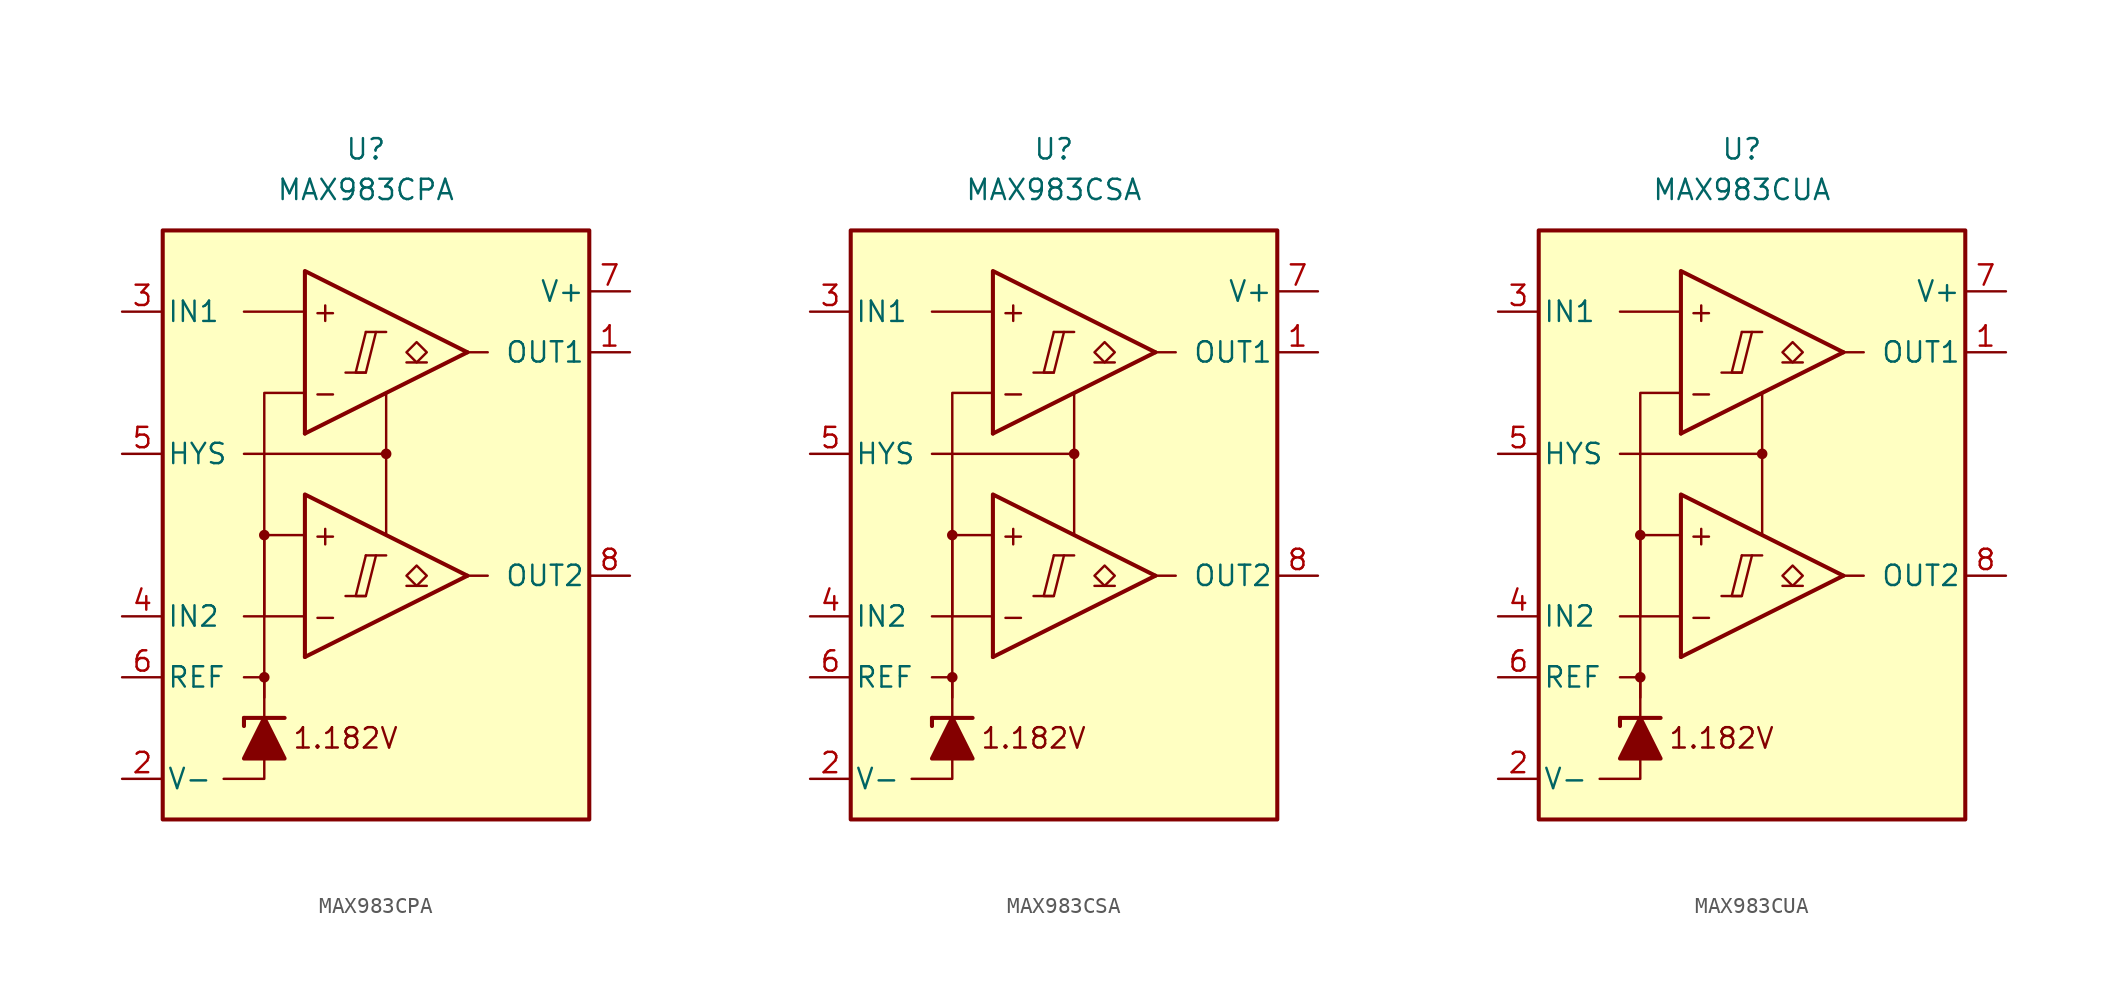
<source format=kicad_sym>
(kicad_symbol_lib
  (version 20231120)
  (generator "kicad_symbol_editor")
  (generator_version "8.0")
  (symbol "MAX983CPA"
    (pin_names
      (offset 0.254))
    (property "Reference" "U"
      (at -1.27 22.86 0)
      (effects (font (size 1.27 1.27))))
    (property "Value" "MAX983CPA"
      (at -1.27 20.32 0)
      (effects (font (size 1.27 1.27))))
    (symbol "MAX983CPA_0_0"
      (rectangle (start -13.97 17.78) (end 12.7 -19.05) (stroke (width 0.254) (type default)) (fill (type background)))
      (circle (center -7.62 -10.16) (radius 0.254) (stroke (width 0.152) (type default)) (fill (type outline)))
      (circle (center -7.62 -1.27) (radius 0.254) (stroke (width 0.152) (type default)) (fill (type outline)))
      (polyline (pts (xy -2.54 -5.08) (xy -1.27 -5.08)) (stroke (width 0.152) (type default)) (fill (type none)))
      (polyline (pts (xy -2.54 8.89) (xy -1.27 8.89)) (stroke (width 0.152) (type default)) (fill (type none)))
      (polyline (pts (xy -1.27 -2.54) (xy 0 -2.54)) (stroke (width 0.152) (type default)) (fill (type none)))
      (polyline (pts (xy -1.27 11.43) (xy 0 11.43)) (stroke (width 0.152) (type default)) (fill (type none)))
      (polyline (pts (xy 5.08 -3.81) (xy -5.08 -8.89)) (stroke (width 0.254) (type default)) (fill (type none)))
      (polyline (pts (xy 5.08 10.16) (xy -5.08 5.08)) (stroke (width 0.254) (type default)) (fill (type none)))
      (polyline (pts (xy 5.08 -3.81) (xy -5.08 1.27) (xy -5.08 -8.89)) (stroke (width 0.254) (type default)) (fill (type background)))
      (polyline (pts (xy 5.08 10.16) (xy -5.08 15.24) (xy -5.08 5.08)) (stroke (width 0.254) (type default)) (fill (type background)))
      (polyline (pts (xy -1.27 -2.54) (xy -1.905 -5.08) (xy -1.27 -5.08) (xy -0.635 -2.54)) (stroke (width 0.152) (type default)) (fill (type none)))
      (polyline (pts (xy -1.27 11.43) (xy -1.905 8.89) (xy -1.27 8.89) (xy -0.635 11.43)) (stroke (width 0.152) (type default)) (fill (type none)))
      (circle (center 0 3.81) (radius 0.254) (stroke (width 0.152) (type default)) (fill (type outline)))
      (text "+" (at -3.81 -1.27 0) (effects (font (size 1.27 1.27))))
      (text "+" (at -3.81 12.7 0) (effects (font (size 1.27 1.27))))
      (text "-" (at -3.81 -6.35 0) (effects (font (size 1.27 1.27))))
      (text "-" (at -3.81 7.62 0) (effects (font (size 1.27 1.27))))
      (text "1.182V" (at -2.54 -13.97 0) (effects (font (size 1.27 1.27)))))
    (symbol "MAX983CPA_0_1"
      (polyline (pts (xy -8.89 -12.7) (xy -8.89 -13.208)) (stroke (width 0.254) (type default)) (fill (type none)))
      (polyline (pts (xy -8.89 -12.7) (xy -6.35 -12.7)) (stroke (width 0.254) (type default)) (fill (type none)))
      (polyline (pts (xy -5.08 -6.35) (xy -8.89 -6.35)) (stroke (width 0) (type default)) (fill (type none)))
      (polyline (pts (xy -5.08 12.7) (xy -8.89 12.7)) (stroke (width 0) (type default)) (fill (type none)))
      (polyline (pts (xy 0 3.81) (xy 0 -1.27)) (stroke (width 0) (type default)) (fill (type none)))
      (polyline (pts (xy 5.08 -3.81) (xy 6.35 -3.81)) (stroke (width 0) (type default)) (fill (type none)))
      (polyline (pts (xy 5.08 10.16) (xy 6.35 10.16)) (stroke (width 0) (type default)) (fill (type none)))
      (polyline (pts (xy -7.62 -15.24) (xy -7.62 -16.51) (xy -10.16 -16.51)) (stroke (width 0) (type default)) (fill (type none)))
      (polyline (pts (xy -7.62 -12.7) (xy -7.62 -10.16) (xy -8.89 -10.16)) (stroke (width 0) (type default)) (fill (type none)))
      (polyline (pts (xy -7.62 -11.43) (xy -7.62 -1.27) (xy -5.08 -1.27)) (stroke (width 0) (type default)) (fill (type none)))
      (polyline (pts (xy -7.62 -6.35) (xy -7.62 7.62) (xy -5.08 7.62)) (stroke (width 0) (type default)) (fill (type none)))
      (polyline (pts (xy 0 7.62) (xy 0 3.81) (xy -8.89 3.81)) (stroke (width 0) (type default)) (fill (type none)))
      (polyline (pts (xy -6.35 -15.24) (xy -8.89 -15.24) (xy -7.62 -12.7) (xy -6.35 -15.24)) (stroke (width 0.254) (type default)) (fill (type outline))))
    (symbol "MAX983CPA_1_1"
      (polyline (pts (xy 2.54 -4.445) (xy 1.27 -4.445)) (stroke (width 0.152) (type default)) (fill (type none)))
      (polyline (pts (xy 2.54 9.525) (xy 1.27 9.525)) (stroke (width 0.152) (type default)) (fill (type none)))
      (polyline (pts (xy 1.905 -4.445) (xy 1.27 -3.81) (xy 1.905 -3.175) (xy 2.54 -3.81) (xy 1.905 -4.445)) (stroke (width 0.152) (type default)) (fill (type none)))
      (polyline (pts (xy 1.905 9.525) (xy 1.27 10.16) (xy 1.905 10.795) (xy 2.54 10.16) (xy 1.905 9.525)) (stroke (width 0.152) (type default)) (fill (type none)))
      (pin output line (at 15.24 10.16 180) (length 2.54) (name "OUT1" (effects (font (size 1.27 1.27)))) (number "1" (effects (font (size 1.27 1.27)))))
      (pin power_in line (at -16.51 -16.51 0) (length 2.54) (name "V-" (effects (font (size 1.27 1.27)))) (number "2" (effects (font (size 1.27 1.27)))))
      (pin input line (at -16.51 12.7 0) (length 2.54) (name "IN1" (effects (font (size 1.27 1.27)))) (number "3" (effects (font (size 1.27 1.27)))))
      (pin input line (at -16.51 -6.35 0) (length 2.54) (name "IN2" (effects (font (size 1.27 1.27)))) (number "4" (effects (font (size 1.27 1.27)))))
      (pin input line (at -16.51 3.81 0) (length 2.54) (name "HYS" (effects (font (size 1.27 1.27)))) (number "5" (effects (font (size 1.27 1.27)))))
      (pin output line (at -16.51 -10.16 0) (length 2.54) (name "REF" (effects (font (size 1.27 1.27)))) (number "6" (effects (font (size 1.27 1.27)))))
      (pin power_in line (at 15.24 13.97 180) (length 2.54) (name "V+" (effects (font (size 1.27 1.27)))) (number "7" (effects (font (size 1.27 1.27)))))
      (pin output line (at 15.24 -3.81 180) (length 2.54) (name "OUT2" (effects (font (size 1.27 1.27)))) (number "8" (effects (font (size 1.27 1.27)))))))
  (symbol "MAX983CSA"
    (pin_names
      (offset 0.254))
    (property "Reference" "U"
      (at -1.27 22.86 0)
      (effects (font (size 1.27 1.27))))
    (property "Value" "MAX983CSA"
      (at -1.27 20.32 0)
      (effects (font (size 1.27 1.27))))
    (symbol "MAX983CSA_0_0"
      (rectangle (start -13.97 17.78) (end 12.7 -19.05) (stroke (width 0.254) (type default)) (fill (type background)))
      (circle (center -7.62 -10.16) (radius 0.254) (stroke (width 0.152) (type default)) (fill (type outline)))
      (circle (center -7.62 -1.27) (radius 0.254) (stroke (width 0.152) (type default)) (fill (type outline)))
      (polyline (pts (xy -2.54 -5.08) (xy -1.27 -5.08)) (stroke (width 0.152) (type default)) (fill (type none)))
      (polyline (pts (xy -2.54 8.89) (xy -1.27 8.89)) (stroke (width 0.152) (type default)) (fill (type none)))
      (polyline (pts (xy -1.27 -2.54) (xy 0 -2.54)) (stroke (width 0.152) (type default)) (fill (type none)))
      (polyline (pts (xy -1.27 11.43) (xy 0 11.43)) (stroke (width 0.152) (type default)) (fill (type none)))
      (polyline (pts (xy 5.08 -3.81) (xy -5.08 -8.89)) (stroke (width 0.254) (type default)) (fill (type none)))
      (polyline (pts (xy 5.08 10.16) (xy -5.08 5.08)) (stroke (width 0.254) (type default)) (fill (type none)))
      (polyline (pts (xy 5.08 -3.81) (xy -5.08 1.27) (xy -5.08 -8.89)) (stroke (width 0.254) (type default)) (fill (type background)))
      (polyline (pts (xy 5.08 10.16) (xy -5.08 15.24) (xy -5.08 5.08)) (stroke (width 0.254) (type default)) (fill (type background)))
      (polyline (pts (xy -1.27 -2.54) (xy -1.905 -5.08) (xy -1.27 -5.08) (xy -0.635 -2.54)) (stroke (width 0.152) (type default)) (fill (type none)))
      (polyline (pts (xy -1.27 11.43) (xy -1.905 8.89) (xy -1.27 8.89) (xy -0.635 11.43)) (stroke (width 0.152) (type default)) (fill (type none)))
      (circle (center 0 3.81) (radius 0.254) (stroke (width 0.152) (type default)) (fill (type outline)))
      (text "+" (at -3.81 -1.27 0) (effects (font (size 1.27 1.27))))
      (text "+" (at -3.81 12.7 0) (effects (font (size 1.27 1.27))))
      (text "-" (at -3.81 -6.35 0) (effects (font (size 1.27 1.27))))
      (text "-" (at -3.81 7.62 0) (effects (font (size 1.27 1.27))))
      (text "1.182V" (at -2.54 -13.97 0) (effects (font (size 1.27 1.27)))))
    (symbol "MAX983CSA_0_1"
      (polyline (pts (xy -8.89 -12.7) (xy -8.89 -13.208)) (stroke (width 0.254) (type default)) (fill (type none)))
      (polyline (pts (xy -8.89 -12.7) (xy -6.35 -12.7)) (stroke (width 0.254) (type default)) (fill (type none)))
      (polyline (pts (xy -5.08 -6.35) (xy -8.89 -6.35)) (stroke (width 0) (type default)) (fill (type none)))
      (polyline (pts (xy -5.08 12.7) (xy -8.89 12.7)) (stroke (width 0) (type default)) (fill (type none)))
      (polyline (pts (xy 0 3.81) (xy 0 -1.27)) (stroke (width 0) (type default)) (fill (type none)))
      (polyline (pts (xy 5.08 -3.81) (xy 6.35 -3.81)) (stroke (width 0) (type default)) (fill (type none)))
      (polyline (pts (xy 5.08 10.16) (xy 6.35 10.16)) (stroke (width 0) (type default)) (fill (type none)))
      (polyline (pts (xy -7.62 -15.24) (xy -7.62 -16.51) (xy -10.16 -16.51)) (stroke (width 0) (type default)) (fill (type none)))
      (polyline (pts (xy -7.62 -12.7) (xy -7.62 -10.16) (xy -8.89 -10.16)) (stroke (width 0) (type default)) (fill (type none)))
      (polyline (pts (xy -7.62 -11.43) (xy -7.62 -1.27) (xy -5.08 -1.27)) (stroke (width 0) (type default)) (fill (type none)))
      (polyline (pts (xy -7.62 -6.35) (xy -7.62 7.62) (xy -5.08 7.62)) (stroke (width 0) (type default)) (fill (type none)))
      (polyline (pts (xy 0 7.62) (xy 0 3.81) (xy -8.89 3.81)) (stroke (width 0) (type default)) (fill (type none)))
      (polyline (pts (xy -6.35 -15.24) (xy -8.89 -15.24) (xy -7.62 -12.7) (xy -6.35 -15.24)) (stroke (width 0.254) (type default)) (fill (type outline))))
    (symbol "MAX983CSA_1_1"
      (polyline (pts (xy 2.54 -4.445) (xy 1.27 -4.445)) (stroke (width 0.152) (type default)) (fill (type none)))
      (polyline (pts (xy 2.54 9.525) (xy 1.27 9.525)) (stroke (width 0.152) (type default)) (fill (type none)))
      (polyline (pts (xy 1.905 -4.445) (xy 1.27 -3.81) (xy 1.905 -3.175) (xy 2.54 -3.81) (xy 1.905 -4.445)) (stroke (width 0.152) (type default)) (fill (type none)))
      (polyline (pts (xy 1.905 9.525) (xy 1.27 10.16) (xy 1.905 10.795) (xy 2.54 10.16) (xy 1.905 9.525)) (stroke (width 0.152) (type default)) (fill (type none)))
      (pin output line (at 15.24 10.16 180) (length 2.54) (name "OUT1" (effects (font (size 1.27 1.27)))) (number "1" (effects (font (size 1.27 1.27)))))
      (pin power_in line (at -16.51 -16.51 0) (length 2.54) (name "V-" (effects (font (size 1.27 1.27)))) (number "2" (effects (font (size 1.27 1.27)))))
      (pin input line (at -16.51 12.7 0) (length 2.54) (name "IN1" (effects (font (size 1.27 1.27)))) (number "3" (effects (font (size 1.27 1.27)))))
      (pin input line (at -16.51 -6.35 0) (length 2.54) (name "IN2" (effects (font (size 1.27 1.27)))) (number "4" (effects (font (size 1.27 1.27)))))
      (pin input line (at -16.51 3.81 0) (length 2.54) (name "HYS" (effects (font (size 1.27 1.27)))) (number "5" (effects (font (size 1.27 1.27)))))
      (pin output line (at -16.51 -10.16 0) (length 2.54) (name "REF" (effects (font (size 1.27 1.27)))) (number "6" (effects (font (size 1.27 1.27)))))
      (pin power_in line (at 15.24 13.97 180) (length 2.54) (name "V+" (effects (font (size 1.27 1.27)))) (number "7" (effects (font (size 1.27 1.27)))))
      (pin output line (at 15.24 -3.81 180) (length 2.54) (name "OUT2" (effects (font (size 1.27 1.27)))) (number "8" (effects (font (size 1.27 1.27)))))))
  (symbol "MAX983CUA"
    (pin_names
      (offset 0.254))
    (property "Reference" "U"
      (at -1.27 22.86 0)
      (effects (font (size 1.27 1.27))))
    (property "Value" "MAX983CUA"
      (at -1.27 20.32 0)
      (effects (font (size 1.27 1.27))))
    (symbol "MAX983CUA_0_0"
      (rectangle (start -13.97 17.78) (end 12.7 -19.05) (stroke (width 0.254) (type default)) (fill (type background)))
      (circle (center -7.62 -10.16) (radius 0.254) (stroke (width 0.152) (type default)) (fill (type outline)))
      (circle (center -7.62 -1.27) (radius 0.254) (stroke (width 0.152) (type default)) (fill (type outline)))
      (polyline (pts (xy -2.54 -5.08) (xy -1.27 -5.08)) (stroke (width 0.152) (type default)) (fill (type none)))
      (polyline (pts (xy -2.54 8.89) (xy -1.27 8.89)) (stroke (width 0.152) (type default)) (fill (type none)))
      (polyline (pts (xy -1.27 -2.54) (xy 0 -2.54)) (stroke (width 0.152) (type default)) (fill (type none)))
      (polyline (pts (xy -1.27 11.43) (xy 0 11.43)) (stroke (width 0.152) (type default)) (fill (type none)))
      (polyline (pts (xy 5.08 -3.81) (xy -5.08 -8.89)) (stroke (width 0.254) (type default)) (fill (type none)))
      (polyline (pts (xy 5.08 10.16) (xy -5.08 5.08)) (stroke (width 0.254) (type default)) (fill (type none)))
      (polyline (pts (xy 5.08 -3.81) (xy -5.08 1.27) (xy -5.08 -8.89)) (stroke (width 0.254) (type default)) (fill (type background)))
      (polyline (pts (xy 5.08 10.16) (xy -5.08 15.24) (xy -5.08 5.08)) (stroke (width 0.254) (type default)) (fill (type background)))
      (polyline (pts (xy -1.27 -2.54) (xy -1.905 -5.08) (xy -1.27 -5.08) (xy -0.635 -2.54)) (stroke (width 0.152) (type default)) (fill (type none)))
      (polyline (pts (xy -1.27 11.43) (xy -1.905 8.89) (xy -1.27 8.89) (xy -0.635 11.43)) (stroke (width 0.152) (type default)) (fill (type none)))
      (circle (center 0 3.81) (radius 0.254) (stroke (width 0.152) (type default)) (fill (type outline)))
      (text "+" (at -3.81 -1.27 0) (effects (font (size 1.27 1.27))))
      (text "+" (at -3.81 12.7 0) (effects (font (size 1.27 1.27))))
      (text "-" (at -3.81 -6.35 0) (effects (font (size 1.27 1.27))))
      (text "-" (at -3.81 7.62 0) (effects (font (size 1.27 1.27))))
      (text "1.182V" (at -2.54 -13.97 0) (effects (font (size 1.27 1.27)))))
    (symbol "MAX983CUA_0_1"
      (polyline (pts (xy -8.89 -12.7) (xy -8.89 -13.208)) (stroke (width 0.254) (type default)) (fill (type none)))
      (polyline (pts (xy -8.89 -12.7) (xy -6.35 -12.7)) (stroke (width 0.254) (type default)) (fill (type none)))
      (polyline (pts (xy -5.08 -6.35) (xy -8.89 -6.35)) (stroke (width 0) (type default)) (fill (type none)))
      (polyline (pts (xy -5.08 12.7) (xy -8.89 12.7)) (stroke (width 0) (type default)) (fill (type none)))
      (polyline (pts (xy 0 3.81) (xy 0 -1.27)) (stroke (width 0) (type default)) (fill (type none)))
      (polyline (pts (xy 5.08 -3.81) (xy 6.35 -3.81)) (stroke (width 0) (type default)) (fill (type none)))
      (polyline (pts (xy 5.08 10.16) (xy 6.35 10.16)) (stroke (width 0) (type default)) (fill (type none)))
      (polyline (pts (xy -7.62 -15.24) (xy -7.62 -16.51) (xy -10.16 -16.51)) (stroke (width 0) (type default)) (fill (type none)))
      (polyline (pts (xy -7.62 -12.7) (xy -7.62 -10.16) (xy -8.89 -10.16)) (stroke (width 0) (type default)) (fill (type none)))
      (polyline (pts (xy -7.62 -11.43) (xy -7.62 -1.27) (xy -5.08 -1.27)) (stroke (width 0) (type default)) (fill (type none)))
      (polyline (pts (xy -7.62 -6.35) (xy -7.62 7.62) (xy -5.08 7.62)) (stroke (width 0) (type default)) (fill (type none)))
      (polyline (pts (xy 0 7.62) (xy 0 3.81) (xy -8.89 3.81)) (stroke (width 0) (type default)) (fill (type none)))
      (polyline (pts (xy -6.35 -15.24) (xy -8.89 -15.24) (xy -7.62 -12.7) (xy -6.35 -15.24)) (stroke (width 0.254) (type default)) (fill (type outline))))
    (symbol "MAX983CUA_1_1"
      (polyline (pts (xy 2.54 -4.445) (xy 1.27 -4.445)) (stroke (width 0.152) (type default)) (fill (type none)))
      (polyline (pts (xy 2.54 9.525) (xy 1.27 9.525)) (stroke (width 0.152) (type default)) (fill (type none)))
      (polyline (pts (xy 1.905 -4.445) (xy 1.27 -3.81) (xy 1.905 -3.175) (xy 2.54 -3.81) (xy 1.905 -4.445)) (stroke (width 0.152) (type default)) (fill (type none)))
      (polyline (pts (xy 1.905 9.525) (xy 1.27 10.16) (xy 1.905 10.795) (xy 2.54 10.16) (xy 1.905 9.525)) (stroke (width 0.152) (type default)) (fill (type none)))
      (pin output line (at 15.24 10.16 180) (length 2.54) (name "OUT1" (effects (font (size 1.27 1.27)))) (number "1" (effects (font (size 1.27 1.27)))))
      (pin power_in line (at -16.51 -16.51 0) (length 2.54) (name "V-" (effects (font (size 1.27 1.27)))) (number "2" (effects (font (size 1.27 1.27)))))
      (pin input line (at -16.51 12.7 0) (length 2.54) (name "IN1" (effects (font (size 1.27 1.27)))) (number "3" (effects (font (size 1.27 1.27)))))
      (pin input line (at -16.51 -6.35 0) (length 2.54) (name "IN2" (effects (font (size 1.27 1.27)))) (number "4" (effects (font (size 1.27 1.27)))))
      (pin input line (at -16.51 3.81 0) (length 2.54) (name "HYS" (effects (font (size 1.27 1.27)))) (number "5" (effects (font (size 1.27 1.27)))))
      (pin output line (at -16.51 -10.16 0) (length 2.54) (name "REF" (effects (font (size 1.27 1.27)))) (number "6" (effects (font (size 1.27 1.27)))))
      (pin power_in line (at 15.24 13.97 180) (length 2.54) (name "V+" (effects (font (size 1.27 1.27)))) (number "7" (effects (font (size 1.27 1.27)))))
      (pin output line (at 15.24 -3.81 180) (length 2.54) (name "OUT2" (effects (font (size 1.27 1.27)))) (number "8" (effects (font (size 1.27 1.27))))))))
</source>
